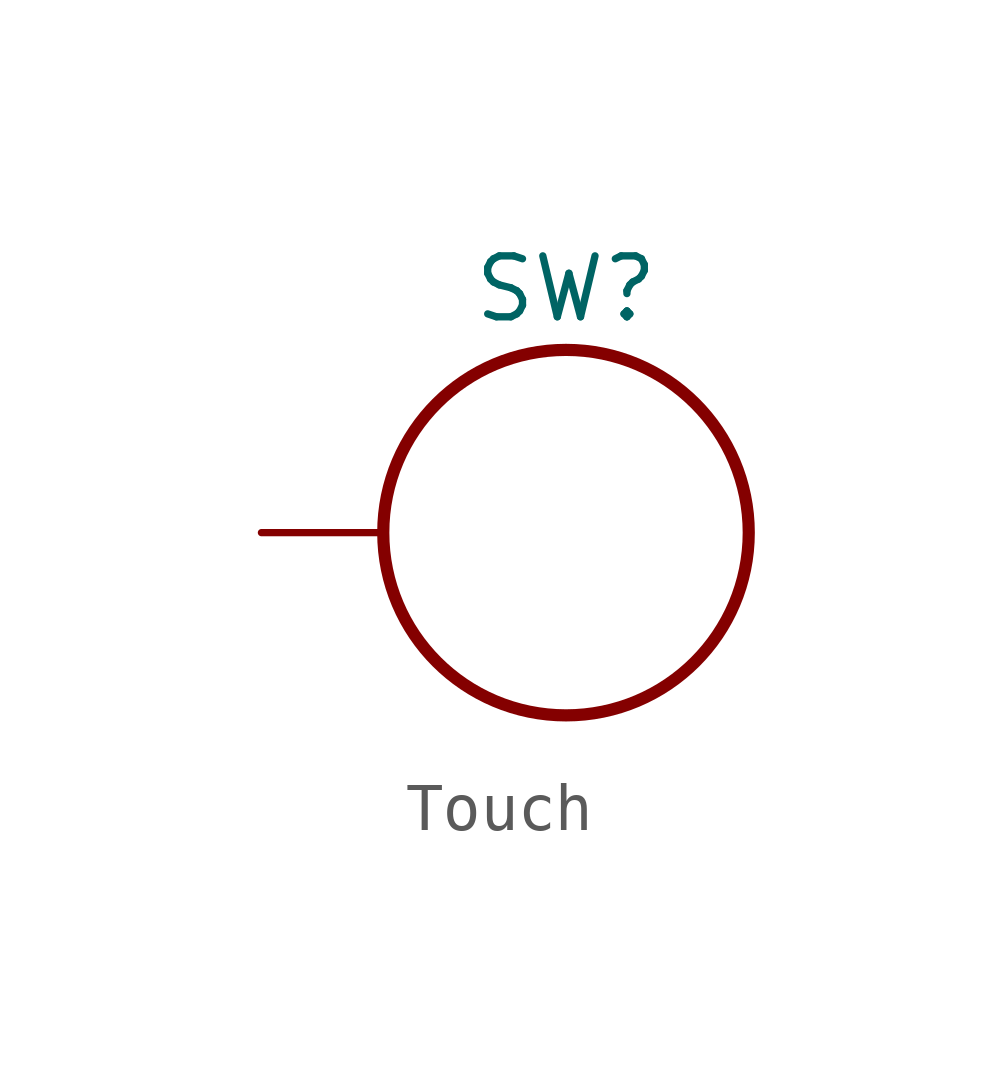
<source format=kicad_sym>
(kicad_symbol_lib
  (version 20231120)
  (generator "kicad_symbol_editor")
  (generator_version "8.0")
  (symbol "Touch"
    (pin_numbers hide)
    (property "Reference" "SW"
      (at 0 5.08 0)
      (effects (font (size 1.27 1.27))))
    (property "Value" ""
      (at 0 0 0)
      (effects (font (size 1.27 1.27))))
    (symbol "Touch_1_1"
      (circle (center 0 0) (radius 3.81) (stroke (width 0.254) (type default)) (fill (type none)))
      (pin bidirectional line (at -6.35 0 0) (length 2.54) (name "" (effects (font (size 1.27 1.27)))) (number "1" (effects (font (size 1.27 1.27))))))))
</source>
